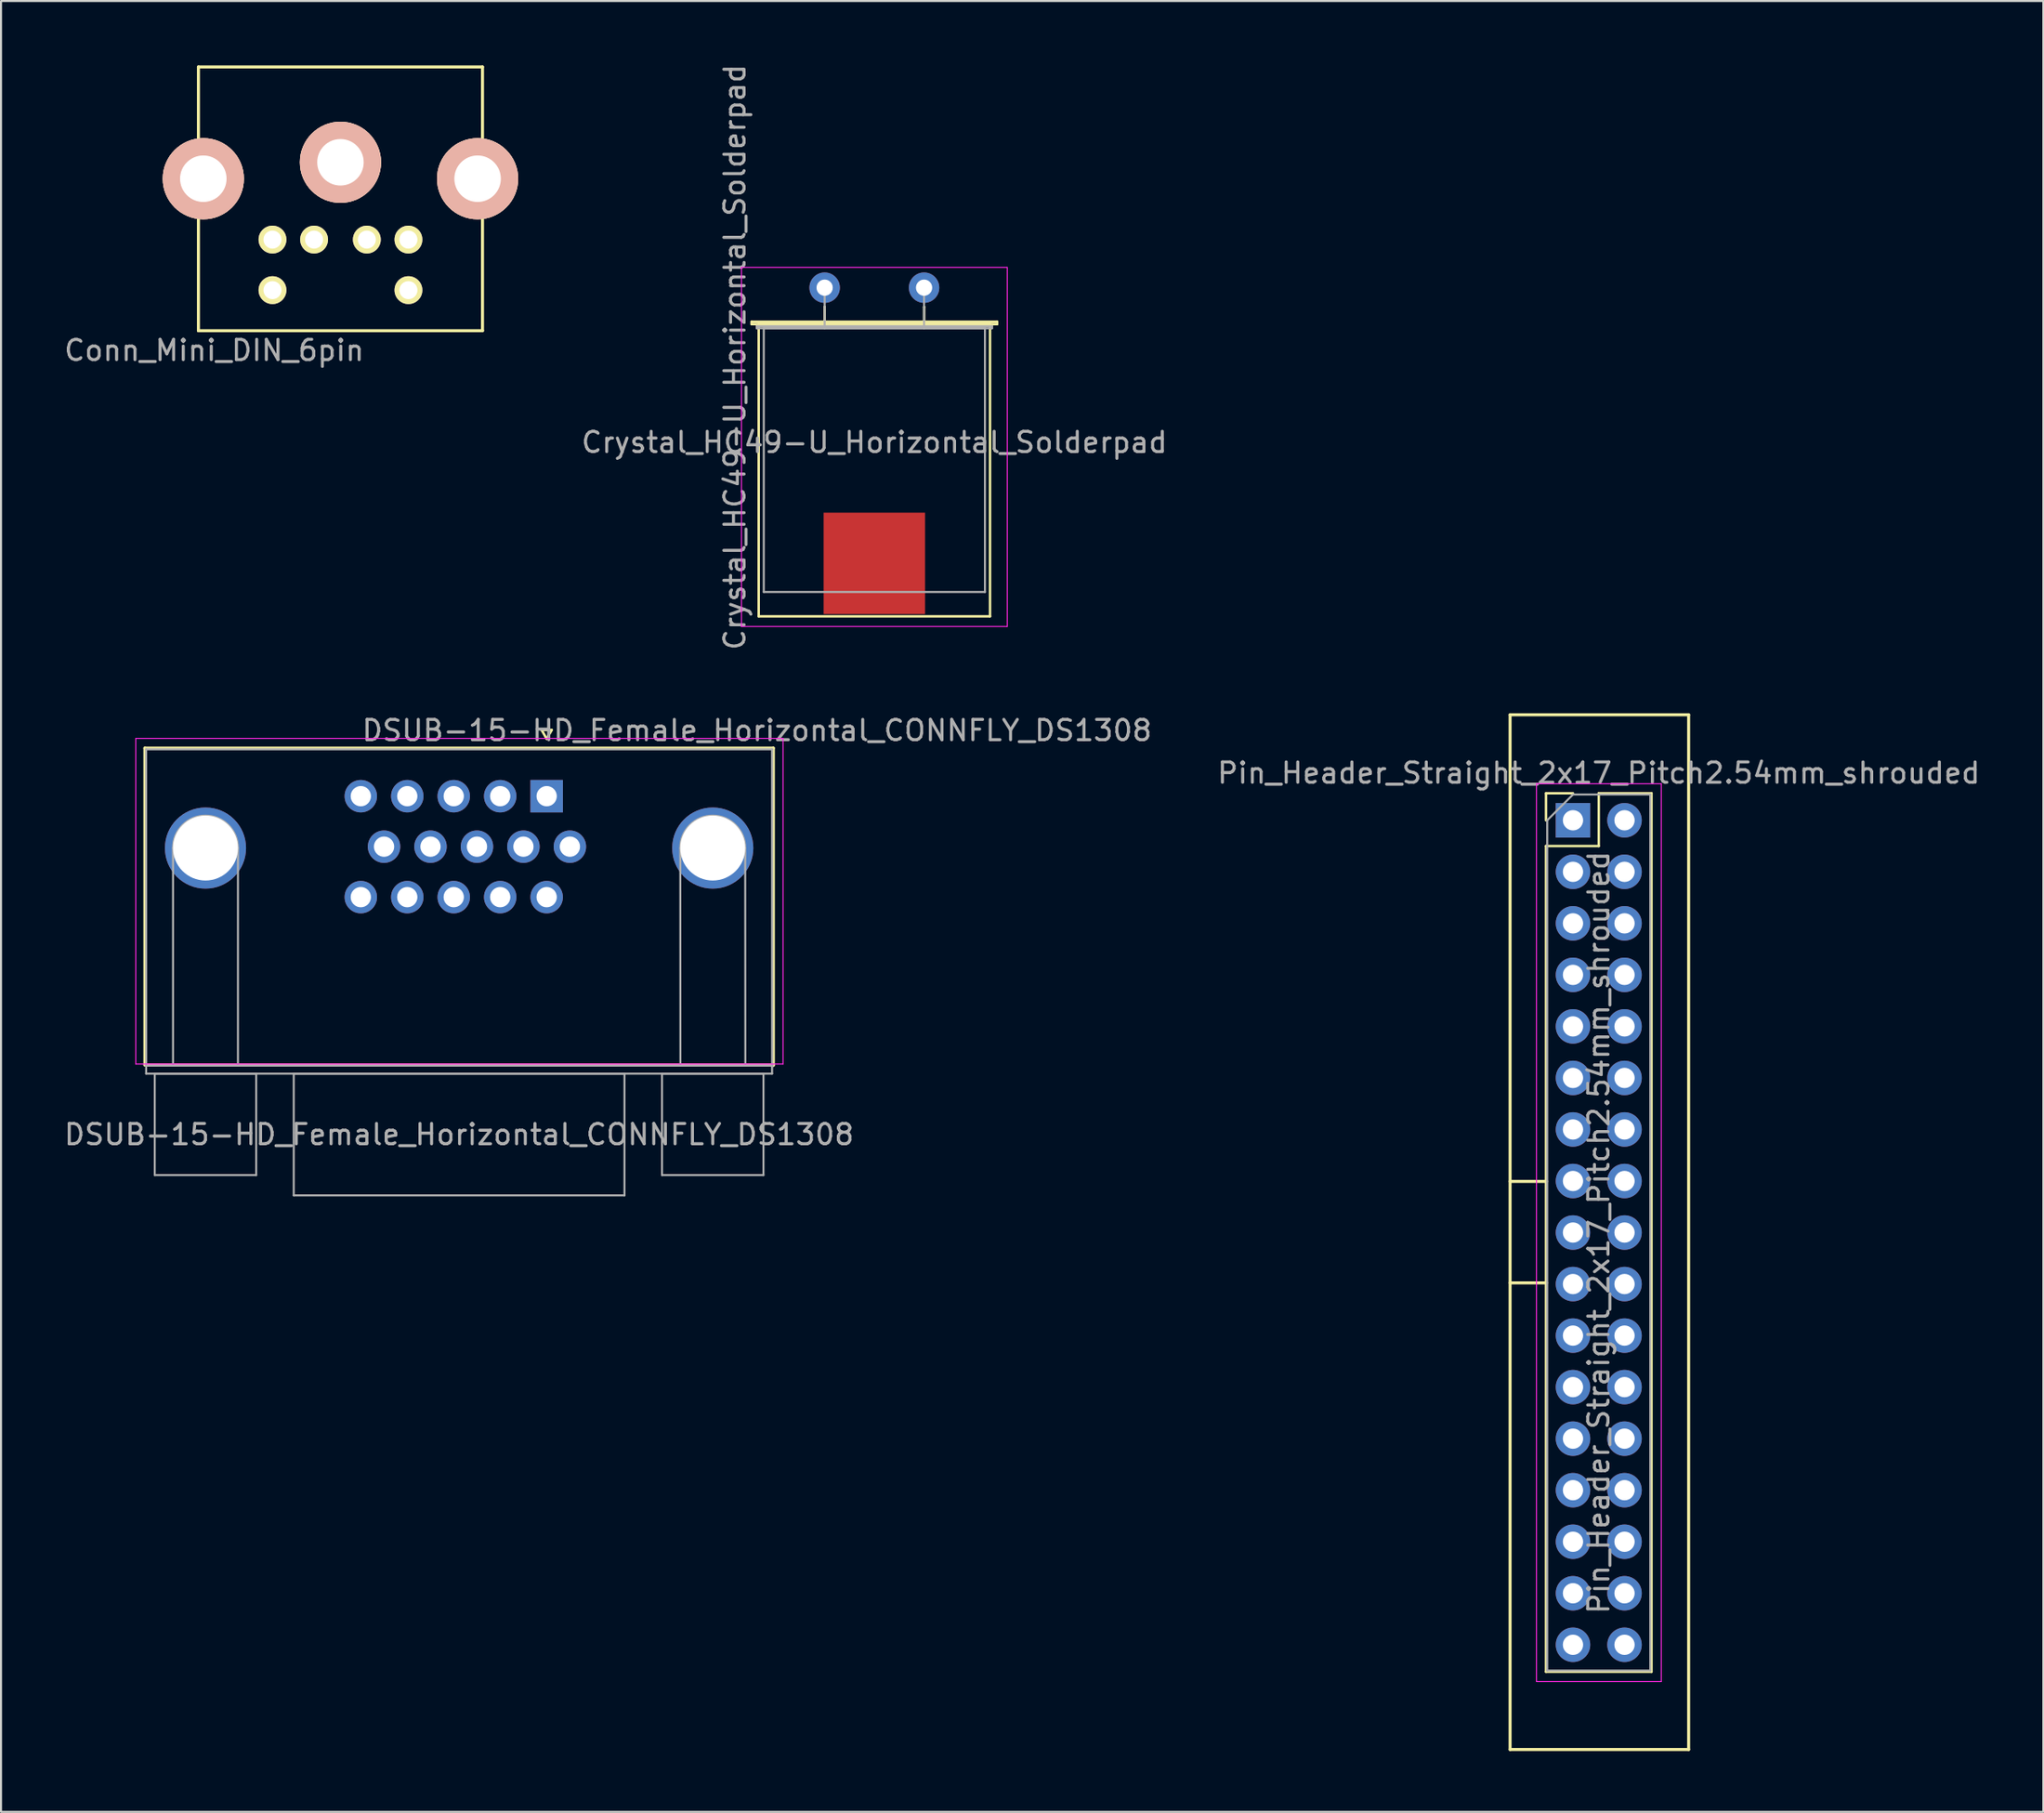
<source format=kicad_pcb>
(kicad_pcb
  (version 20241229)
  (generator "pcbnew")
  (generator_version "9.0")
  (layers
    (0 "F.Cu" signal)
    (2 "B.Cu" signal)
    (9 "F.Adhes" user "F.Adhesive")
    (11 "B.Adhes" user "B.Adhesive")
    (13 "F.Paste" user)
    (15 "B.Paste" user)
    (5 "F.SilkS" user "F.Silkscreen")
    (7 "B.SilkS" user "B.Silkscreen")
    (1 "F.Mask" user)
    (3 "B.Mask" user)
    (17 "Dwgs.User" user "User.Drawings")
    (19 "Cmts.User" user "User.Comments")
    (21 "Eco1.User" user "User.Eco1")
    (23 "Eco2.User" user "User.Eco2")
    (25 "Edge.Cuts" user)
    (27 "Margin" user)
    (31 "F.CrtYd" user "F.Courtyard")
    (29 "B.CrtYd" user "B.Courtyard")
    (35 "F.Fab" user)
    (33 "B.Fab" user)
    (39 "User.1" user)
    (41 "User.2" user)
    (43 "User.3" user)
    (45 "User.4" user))
  (footprint "Pin_Header_Straight_2x17_Pitch2.54mm_shrouded"
    (layer "F.Cu")
    (at 74.473 37.382)
    (property "Reference" "Pin_Header_Straight_2x17_Pitch2.54mm_shrouded" (at 1.27 -2.33 0) (layer "F.Fab") (effects (font (size 1 1) (thickness 0.15))))
    (attr through_hole)
    (fp_line (start -3.1 -5.2) (end 5.7 -5.2) (stroke (width 0.15) (type solid)) (layer "F.SilkS"))
    (fp_line (start -3.1 45.8) (end -3.1 -5.2) (stroke (width 0.15) (type solid)) (layer "F.SilkS"))
    (fp_line (start -1.33 -1.33) (end 0 -1.33) (stroke (width 0.12) (type solid)) (layer "F.SilkS"))
    (fp_line (start -1.33 0) (end -1.33 -1.33) (stroke (width 0.12) (type solid)) (layer "F.SilkS"))
    (fp_line (start -1.33 1.27) (end -1.33 41.97) (stroke (width 0.12) (type solid)) (layer "F.SilkS"))
    (fp_line (start -1.33 1.27) (end 1.27 1.27) (stroke (width 0.12) (type solid)) (layer "F.SilkS"))
    (fp_line (start -1.33 41.97) (end 3.87 41.97) (stroke (width 0.12) (type solid)) (layer "F.SilkS"))
    (fp_line (start -1.3 17.8) (end -3.1 17.8) (stroke (width 0.15) (type solid)) (layer "F.SilkS"))
    (fp_line (start -1.3 22.8) (end -3.1 22.8) (stroke (width 0.15) (type solid)) (layer "F.SilkS"))
    (fp_line (start 1.27 -1.33) (end 3.87 -1.33) (stroke (width 0.12) (type solid)) (layer "F.SilkS"))
    (fp_line (start 1.27 1.27) (end 1.27 -1.33) (stroke (width 0.12) (type solid)) (layer "F.SilkS"))
    (fp_line (start 3.87 -1.33) (end 3.87 41.97) (stroke (width 0.12) (type solid)) (layer "F.SilkS"))
    (fp_line (start 5.7 -5.2) (end 5.7 45.8) (stroke (width 0.15) (type solid)) (layer "F.SilkS"))
    (fp_line (start 5.7 45.8) (end -3.1 45.8) (stroke (width 0.15) (type solid)) (layer "F.SilkS"))
    (fp_line (start -1.8 -1.8) (end -1.8 42.45) (stroke (width 0.05) (type solid)) (layer "F.CrtYd"))
    (fp_line (start -1.8 42.45) (end 4.35 42.45) (stroke (width 0.05) (type solid)) (layer "F.CrtYd"))
    (fp_line (start 4.35 -1.8) (end -1.8 -1.8) (stroke (width 0.05) (type solid)) (layer "F.CrtYd"))
    (fp_line (start 4.35 42.45) (end 4.35 -1.8) (stroke (width 0.05) (type solid)) (layer "F.CrtYd"))
    (fp_line (start -1.27 0) (end 0 -1.27) (stroke (width 0.1) (type solid)) (layer "F.Fab"))
    (fp_line (start -1.27 41.91) (end -1.27 0) (stroke (width 0.1) (type solid)) (layer "F.Fab"))
    (fp_line (start 0 -1.27) (end 3.81 -1.27) (stroke (width 0.1) (type solid)) (layer "F.Fab"))
    (fp_line (start 3.81 -1.27) (end 3.81 41.91) (stroke (width 0.1) (type solid)) (layer "F.Fab"))
    (fp_line (start 3.81 41.91) (end -1.27 41.91) (stroke (width 0.1) (type solid)) (layer "F.Fab"))
    (fp_text user "${REFERENCE}" (at 1.27 20.32 90) (layer "F.Fab") (effects (font (size 1 1) (thickness 0.15))))
    (pad "1" thru_hole rect (at 0 0) (size 1.7 1.7) (drill 1) (layers "*.Cu" "*.Mask"))
    (pad "2" thru_hole oval (at 2.54 0) (size 1.7 1.7) (drill 1) (layers "*.Cu" "*.Mask"))
    (pad "3" thru_hole oval (at 0 2.54) (size 1.7 1.7) (drill 1) (layers "*.Cu" "*.Mask"))
    (pad "4" thru_hole oval (at 2.54 2.54) (size 1.7 1.7) (drill 1) (layers "*.Cu" "*.Mask"))
    (pad "5" thru_hole oval (at 0 5.08) (size 1.7 1.7) (drill 1) (layers "*.Cu" "*.Mask"))
    (pad "6" thru_hole oval (at 2.54 5.08) (size 1.7 1.7) (drill 1) (layers "*.Cu" "*.Mask"))
    (pad "7" thru_hole oval (at 0 7.62) (size 1.7 1.7) (drill 1) (layers "*.Cu" "*.Mask"))
    (pad "8" thru_hole oval (at 2.54 7.62) (size 1.7 1.7) (drill 1) (layers "*.Cu" "*.Mask"))
    (pad "9" thru_hole oval (at 0 10.16) (size 1.7 1.7) (drill 1) (layers "*.Cu" "*.Mask"))
    (pad "10" thru_hole oval (at 2.54 10.16) (size 1.7 1.7) (drill 1) (layers "*.Cu" "*.Mask"))
    (pad "11" thru_hole oval (at 0 12.7) (size 1.7 1.7) (drill 1) (layers "*.Cu" "*.Mask"))
    (pad "12" thru_hole oval (at 2.54 12.7) (size 1.7 1.7) (drill 1) (layers "*.Cu" "*.Mask"))
    (pad "13" thru_hole oval (at 0 15.24) (size 1.7 1.7) (drill 1) (layers "*.Cu" "*.Mask"))
    (pad "14" thru_hole oval (at 2.54 15.24) (size 1.7 1.7) (drill 1) (layers "*.Cu" "*.Mask"))
    (pad "15" thru_hole oval (at 0 17.78) (size 1.7 1.7) (drill 1) (layers "*.Cu" "*.Mask"))
    (pad "16" thru_hole oval (at 2.54 17.78) (size 1.7 1.7) (drill 1) (layers "*.Cu" "*.Mask"))
    (pad "17" thru_hole oval (at 0 20.32) (size 1.7 1.7) (drill 1) (layers "*.Cu" "*.Mask"))
    (pad "18" thru_hole oval (at 2.54 20.32) (size 1.7 1.7) (drill 1) (layers "*.Cu" "*.Mask"))
    (pad "19" thru_hole oval (at 0 22.86) (size 1.7 1.7) (drill 1) (layers "*.Cu" "*.Mask"))
    (pad "20" thru_hole oval (at 2.54 22.86) (size 1.7 1.7) (drill 1) (layers "*.Cu" "*.Mask"))
    (pad "21" thru_hole oval (at 0 25.4) (size 1.7 1.7) (drill 1) (layers "*.Cu" "*.Mask"))
    (pad "22" thru_hole oval (at 2.54 25.4) (size 1.7 1.7) (drill 1) (layers "*.Cu" "*.Mask"))
    (pad "23" thru_hole oval (at 0 27.94) (size 1.7 1.7) (drill 1) (layers "*.Cu" "*.Mask"))
    (pad "24" thru_hole oval (at 2.54 27.94) (size 1.7 1.7) (drill 1) (layers "*.Cu" "*.Mask"))
    (pad "25" thru_hole oval (at 0 30.48) (size 1.7 1.7) (drill 1) (layers "*.Cu" "*.Mask"))
    (pad "26" thru_hole oval (at 2.54 30.48) (size 1.7 1.7) (drill 1) (layers "*.Cu" "*.Mask"))
    (pad "27" thru_hole oval (at 0 33.02) (size 1.7 1.7) (drill 1) (layers "*.Cu" "*.Mask"))
    (pad "28" thru_hole oval (at 2.54 33.02) (size 1.7 1.7) (drill 1) (layers "*.Cu" "*.Mask"))
    (pad "29" thru_hole oval (at 0 35.56) (size 1.7 1.7) (drill 1) (layers "*.Cu" "*.Mask"))
    (pad "30" thru_hole oval (at 2.54 35.56) (size 1.7 1.7) (drill 1) (layers "*.Cu" "*.Mask"))
    (pad "31" thru_hole oval (at 0 38.1) (size 1.7 1.7) (drill 1) (layers "*.Cu" "*.Mask"))
    (pad "32" thru_hole oval (at 2.54 38.1) (size 1.7 1.7) (drill 1) (layers "*.Cu" "*.Mask"))
    (pad "33" thru_hole oval (at 0 40.64) (size 1.7 1.7) (drill 1) (layers "*.Cu" "*.Mask"))
    (pad "34" thru_hole oval (at 2.54 40.64) (size 1.7 1.7) (drill 1) (layers "*.Cu" "*.Mask")))
  (footprint "DSUB-15-HD_Female_Horizontal_CONNFLY_DS1308"
    (layer "F.Cu")
    (at 23.892 35.495)
    (property "Reference" "DSUB-15-HD_Female_Horizontal_CONNFLY_DS1308" (at 10.363 -2.54 0) (layer "F.Fab") (effects (font (size 1 1) (thickness 0.15))))
    (attr through_hole)
    (fp_line (start -19.8 -1.67) (end 11.17 -1.67) (stroke (width 0.15) (type solid)) (layer "F.SilkS"))
    (fp_line (start -19.8 13.945) (end -19.8 -1.67) (stroke (width 0.15) (type solid)) (layer "F.SilkS"))
    (fp_line (start -19.8 13.945) (end 11.17 13.945) (stroke (width 0.15) (type solid)) (layer "F.SilkS"))
    (fp_line (start -0.25 -2.564) (end 0.25 -2.564) (stroke (width 0.12) (type solid)) (layer "F.SilkS"))
    (fp_line (start 0 -2.131) (end -0.25 -2.564) (stroke (width 0.12) (type solid)) (layer "F.SilkS"))
    (fp_line (start 0.25 -2.564) (end 0 -2.131) (stroke (width 0.12) (type solid)) (layer "F.SilkS"))
    (fp_line (start 11.17 -1.67) (end 11.17 13.97) (stroke (width 0.15) (type solid)) (layer "F.SilkS"))
    (fp_line (start -20.25 -2.15) (end -20.25 13.9) (stroke (width 0.05) (type solid)) (layer "F.CrtYd"))
    (fp_line (start -20.25 13.9) (end 11.65 13.9) (stroke (width 0.05) (type solid)) (layer "F.CrtYd"))
    (fp_line (start 11.65 -2.15) (end -20.25 -2.15) (stroke (width 0.05) (type solid)) (layer "F.CrtYd"))
    (fp_line (start 11.65 13.9) (end 11.65 -2.15) (stroke (width 0.05) (type solid)) (layer "F.CrtYd"))
    (fp_line (start -19.74 -1.61) (end -19.736 13.97) (stroke (width 0.1) (type solid)) (layer "F.Fab"))
    (fp_line (start -19.74 13.975) (end -19.74 14.375) (stroke (width 0.1) (type solid)) (layer "F.Fab"))
    (fp_line (start -19.74 13.975) (end 11.11 13.975) (stroke (width 0.1) (type solid)) (layer "F.Fab"))
    (fp_line (start -19.74 14.375) (end 11.11 14.375) (stroke (width 0.1) (type solid)) (layer "F.Fab"))
    (fp_line (start -19.315 14.375) (end -19.315 19.375) (stroke (width 0.1) (type solid)) (layer "F.Fab"))
    (fp_line (start -19.315 19.375) (end -14.315 19.375) (stroke (width 0.1) (type solid)) (layer "F.Fab"))
    (fp_line (start -18.415 13.97) (end -18.415 3.256) (stroke (width 0.1) (type solid)) (layer "F.Fab"))
    (fp_line (start -15.215 13.919) (end -15.215 3.256) (stroke (width 0.1) (type solid)) (layer "F.Fab"))
    (fp_line (start -14.315 14.375) (end -19.315 14.375) (stroke (width 0.1) (type solid)) (layer "F.Fab"))
    (fp_line (start -14.315 19.375) (end -14.315 14.375) (stroke (width 0.1) (type solid)) (layer "F.Fab"))
    (fp_line (start -12.465 14.375) (end -12.465 20.375) (stroke (width 0.1) (type solid)) (layer "F.Fab"))
    (fp_line (start -12.465 20.375) (end 3.835 20.375) (stroke (width 0.1) (type solid)) (layer "F.Fab"))
    (fp_line (start 3.835 14.375) (end -12.465 14.375) (stroke (width 0.1) (type solid)) (layer "F.Fab"))
    (fp_line (start 3.835 20.375) (end 3.835 14.375) (stroke (width 0.1) (type solid)) (layer "F.Fab"))
    (fp_line (start 5.685 14.375) (end 5.685 19.375) (stroke (width 0.1) (type solid)) (layer "F.Fab"))
    (fp_line (start 5.685 19.375) (end 10.685 19.375) (stroke (width 0.1) (type solid)) (layer "F.Fab"))
    (fp_line (start 6.591 13.957) (end 6.585 3.256) (stroke (width 0.1) (type solid)) (layer "F.Fab"))
    (fp_line (start 9.792 13.957) (end 9.785 3.256) (stroke (width 0.1) (type solid)) (layer "F.Fab"))
    (fp_line (start 10.685 14.375) (end 5.685 14.375) (stroke (width 0.1) (type solid)) (layer "F.Fab"))
    (fp_line (start 10.685 19.375) (end 10.685 14.375) (stroke (width 0.1) (type solid)) (layer "F.Fab"))
    (fp_line (start 11.11 -1.61) (end -19.74 -1.61) (stroke (width 0.1) (type solid)) (layer "F.Fab"))
    (fp_line (start 11.11 13.975) (end -19.74 13.975) (stroke (width 0.1) (type solid)) (layer "F.Fab"))
    (fp_line (start 11.11 14.375) (end 11.11 13.975) (stroke (width 0.1) (type solid)) (layer "F.Fab"))
    (fp_line (start 11.113 14.021) (end 11.11 -1.61) (stroke (width 0.1) (type solid)) (layer "F.Fab"))
    (fp_arc (start -18.415 3.2565) (mid -16.815 1.6565) (end -15.215 3.2565) (stroke (width 0.1) (type solid)) (layer "F.Fab"))
    (fp_arc (start 6.585 3.2565) (mid 8.185 1.6565) (end 9.785 3.2565) (stroke (width 0.1) (type solid)) (layer "F.Fab"))
    (fp_text user "${REFERENCE}" (at -4.315 17.375 0) (layer "F.Fab") (effects (font (size 1 1) (thickness 0.15))))
    (pad "0" thru_hole circle (at -16.815 3.256) (size 4 4) (drill 3.2) (layers "*.Cu" "*.Mask"))
    (pad "0" thru_hole circle (at 8.185 3.256) (size 4 4) (drill 3.2) (layers "*.Cu" "*.Mask"))
    (pad "1" thru_hole rect (at 0 0.699) (size 1.6 1.6) (drill 1) (layers "*.Cu" "*.Mask"))
    (pad "2" thru_hole circle (at -2.29 0.699) (size 1.6 1.6) (drill 1) (layers "*.Cu" "*.Mask"))
    (pad "3" thru_hole circle (at -4.58 0.699) (size 1.6 1.6) (drill 1) (layers "*.Cu" "*.Mask"))
    (pad "4" thru_hole circle (at -6.87 0.699) (size 1.6 1.6) (drill 1) (layers "*.Cu" "*.Mask"))
    (pad "5" thru_hole circle (at -9.16 0.699) (size 1.6 1.6) (drill 1) (layers "*.Cu" "*.Mask"))
    (pad "6" thru_hole circle (at 1.145 3.187) (size 1.6 1.6) (drill 1) (layers "*.Cu" "*.Mask"))
    (pad "7" thru_hole circle (at -1.145 3.187) (size 1.6 1.6) (drill 1) (layers "*.Cu" "*.Mask"))
    (pad "8" thru_hole circle (at -3.435 3.187) (size 1.6 1.6) (drill 1) (layers "*.Cu" "*.Mask"))
    (pad "9" thru_hole circle (at -5.725 3.187) (size 1.6 1.6) (drill 1) (layers "*.Cu" "*.Mask"))
    (pad "10" thru_hole circle (at -8.015 3.187) (size 1.6 1.6) (drill 1) (layers "*.Cu" "*.Mask"))
    (pad "11" thru_hole circle (at 0 5.675) (size 1.6 1.6) (drill 1) (layers "*.Cu" "*.Mask"))
    (pad "12" thru_hole circle (at -2.29 5.675) (size 1.6 1.6) (drill 1) (layers "*.Cu" "*.Mask"))
    (pad "13" thru_hole circle (at -4.58 5.675) (size 1.6 1.6) (drill 1) (layers "*.Cu" "*.Mask"))
    (pad "14" thru_hole circle (at -6.87 5.675) (size 1.6 1.6) (drill 1) (layers "*.Cu" "*.Mask"))
    (pad "15" thru_hole circle (at -9.16 5.675) (size 1.6 1.6) (drill 1) (layers "*.Cu" "*.Mask")))
  (footprint "Conn_Mini_DIN_6pin"
    (layer "F.Cu")
    (at 13.729 0.25)
    (property "Reference" "Conn_Mini_DIN_6pin" (at -6.223 13.97 0) (layer "F.Fab") (effects (font (size 1 1) (thickness 0.15))))
    (attr through_hole)
    (fp_line (start -7 0) (end 7 0) (stroke (width 0.15) (type solid)) (layer "F.SilkS"))
    (fp_line (start -7 13) (end -7 0) (stroke (width 0.15) (type solid)) (layer "F.SilkS"))
    (fp_line (start 7 0) (end 7 13) (stroke (width 0.15) (type solid)) (layer "F.SilkS"))
    (fp_line (start 7 13) (end -7 13) (stroke (width 0.15) (type solid)) (layer "F.SilkS"))
    (pad "1" thru_hole circle (at -1.3 8.509 180) (size 1.372 1.372) (drill 0.889) (layers "*.Cu" "*.Mask" "F.SilkS"))
    (pad "2" thru_hole circle (at 1.3 8.509 180) (size 1.372 1.372) (drill 0.889) (layers "*.Cu" "*.Mask" "F.SilkS"))
    (pad "3" thru_hole circle (at -3.35 8.509 180) (size 1.372 1.372) (drill 0.889) (layers "*.Cu" "*.Mask" "F.SilkS"))
    (pad "4" thru_hole circle (at 3.35 8.509 180) (size 1.372 1.372) (drill 0.889) (layers "*.Cu" "*.Mask" "F.SilkS"))
    (pad "5" thru_hole circle (at -3.35 11.001 180) (size 1.372 1.372) (drill 0.889) (layers "*.Cu" "*.Mask" "F.SilkS"))
    (pad "6" thru_hole circle (at 3.35 11.001 180) (size 1.372 1.372) (drill 0.889) (layers "*.Cu" "*.Mask" "F.SilkS"))
    (pad "~" thru_hole circle (at -6.759 5.509 180) (size 4 4) (drill 2.291) (layers "*.Cu" "*.SilkS" "*.Mask"))
    (pad "~" thru_hole circle (at 0 4.699 180) (size 4 4) (drill 2.291) (layers "*.Cu" "*.SilkS" "*.Mask"))
    (pad "~" thru_hole circle (at 6.759 5.509 180) (size 4 4) (drill 2.291) (layers "*.Cu" "*.SilkS" "*.Mask")))
  (footprint "Crystal_HC49-U_Horizontal_Solderpad"
    (layer "F.Cu")
    (at 37.592 11.129)
    (property "Reference" "Crystal_HC49-U_Horizontal_Solderpad" (at -4.425 3.425 90) (layer "F.Fab") (effects (font (size 1 1) (thickness 0.15))))
    (attr through_hole)
    (fp_line (start -3.6 1.68) (end 8.5 1.68) (stroke (width 0.12) (type solid)) (layer "F.SilkS"))
    (fp_line (start -3.6 1.8) (end -3.6 1.68) (stroke (width 0.12) (type solid)) (layer "F.SilkS"))
    (fp_line (start -3.25 1.8) (end -3.25 16.2) (stroke (width 0.12) (type solid)) (layer "F.SilkS"))
    (fp_line (start -3.25 16.2) (end 8.15 16.2) (stroke (width 0.12) (type solid)) (layer "F.SilkS"))
    (fp_line (start 0 0.95) (end 0 0.95) (stroke (width 0.12) (type solid)) (layer "F.SilkS"))
    (fp_line (start 0 1.8) (end 0 0.95) (stroke (width 0.12) (type solid)) (layer "F.SilkS"))
    (fp_line (start 4.9 0.95) (end 4.9 0.95) (stroke (width 0.12) (type solid)) (layer "F.SilkS"))
    (fp_line (start 4.9 1.8) (end 4.9 0.95) (stroke (width 0.12) (type solid)) (layer "F.SilkS"))
    (fp_line (start 8.15 1.8) (end -3.25 1.8) (stroke (width 0.12) (type solid)) (layer "F.SilkS"))
    (fp_line (start 8.15 16.2) (end 8.15 1.8) (stroke (width 0.12) (type solid)) (layer "F.SilkS"))
    (fp_line (start 8.5 1.68) (end 8.5 1.8) (stroke (width 0.12) (type solid)) (layer "F.SilkS"))
    (fp_line (start 8.5 1.8) (end -3.6 1.8) (stroke (width 0.12) (type solid)) (layer "F.SilkS"))
    (fp_line (start -4.1 -1) (end -4.1 16.7) (stroke (width 0.05) (type solid)) (layer "F.CrtYd"))
    (fp_line (start -4.1 16.7) (end 9 16.7) (stroke (width 0.05) (type solid)) (layer "F.CrtYd"))
    (fp_line (start 9 -1) (end -4.1 -1) (stroke (width 0.05) (type solid)) (layer "F.CrtYd"))
    (fp_line (start 9 16.7) (end 9 -1) (stroke (width 0.05) (type solid)) (layer "F.CrtYd"))
    (fp_line (start -3.35 1.9) (end 8.25 1.9) (stroke (width 0.1) (type solid)) (layer "F.Fab"))
    (fp_line (start -3.35 2) (end -3.35 1.9) (stroke (width 0.1) (type solid)) (layer "F.Fab"))
    (fp_line (start -3 2) (end -3 15) (stroke (width 0.1) (type solid)) (layer "F.Fab"))
    (fp_line (start -3 15) (end 7.9 15) (stroke (width 0.1) (type solid)) (layer "F.Fab"))
    (fp_line (start 0 1) (end 0 0) (stroke (width 0.1) (type solid)) (layer "F.Fab"))
    (fp_line (start 0 2) (end 0 1) (stroke (width 0.1) (type solid)) (layer "F.Fab"))
    (fp_line (start 4.9 1) (end 4.9 0) (stroke (width 0.1) (type solid)) (layer "F.Fab"))
    (fp_line (start 4.9 2) (end 4.9 1) (stroke (width 0.1) (type solid)) (layer "F.Fab"))
    (fp_line (start 7.9 2) (end -3 2) (stroke (width 0.1) (type solid)) (layer "F.Fab"))
    (fp_line (start 7.9 15) (end 7.9 2) (stroke (width 0.1) (type solid)) (layer "F.Fab"))
    (fp_line (start 8.25 1.9) (end 8.25 2) (stroke (width 0.1) (type solid)) (layer "F.Fab"))
    (fp_line (start 8.25 2) (end -3.35 2) (stroke (width 0.1) (type solid)) (layer "F.Fab"))
    (fp_text user "${REFERENCE}" (at 2.45 7.625 0) (layer "F.Fab") (effects (font (size 1 1) (thickness 0.15))))
    (pad "" smd rect (at 2.45 13.589) (size 5 5) (layers "F.Cu" "F.Mask" "F.Paste"))
    (pad "1" thru_hole circle (at 0 0) (size 1.5 1.5) (drill 0.8) (layers "*.Cu" "*.Mask"))
    (pad "2" thru_hole circle (at 4.9 0) (size 1.5 1.5) (drill 0.8) (layers "*.Cu" "*.Mask")))
  (gr_rect
    (start -3 -3)
    (end 97.654 86.257)
    (stroke (width 0.1) (type default))
    (fill no)
    (layer "Edge.Cuts")))
</source>
